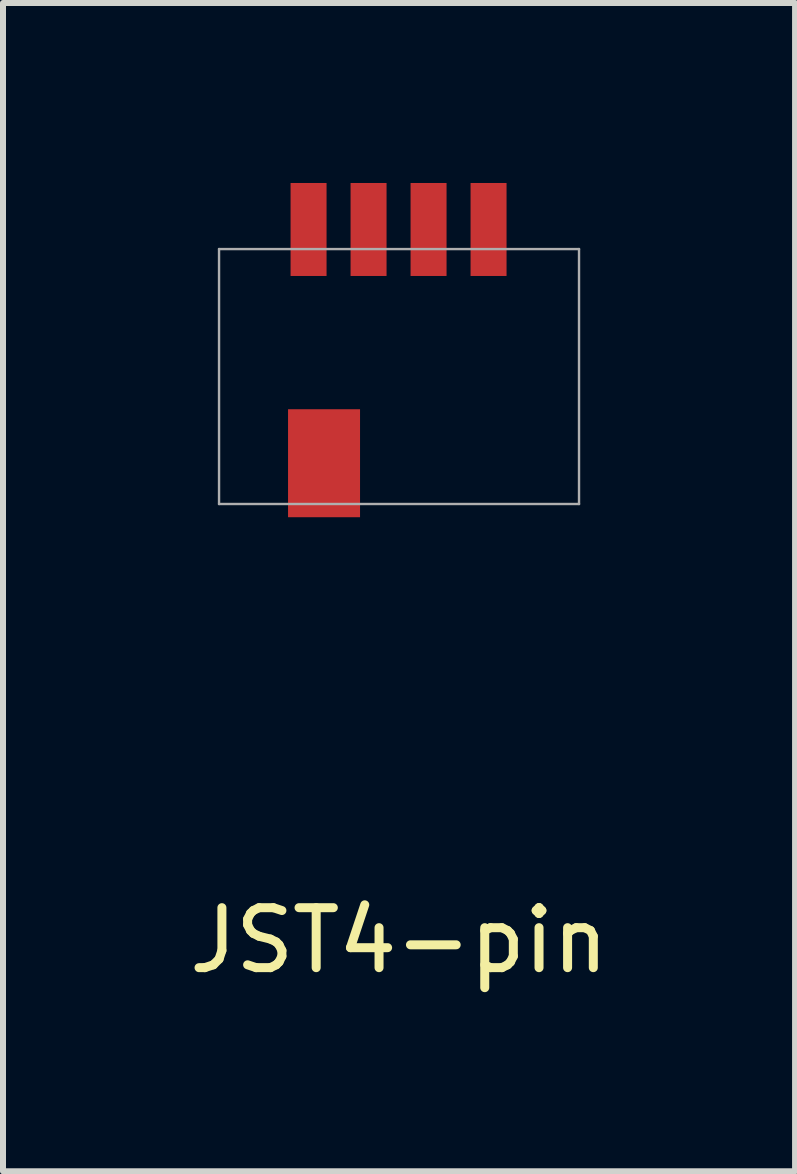
<source format=kicad_pcb>
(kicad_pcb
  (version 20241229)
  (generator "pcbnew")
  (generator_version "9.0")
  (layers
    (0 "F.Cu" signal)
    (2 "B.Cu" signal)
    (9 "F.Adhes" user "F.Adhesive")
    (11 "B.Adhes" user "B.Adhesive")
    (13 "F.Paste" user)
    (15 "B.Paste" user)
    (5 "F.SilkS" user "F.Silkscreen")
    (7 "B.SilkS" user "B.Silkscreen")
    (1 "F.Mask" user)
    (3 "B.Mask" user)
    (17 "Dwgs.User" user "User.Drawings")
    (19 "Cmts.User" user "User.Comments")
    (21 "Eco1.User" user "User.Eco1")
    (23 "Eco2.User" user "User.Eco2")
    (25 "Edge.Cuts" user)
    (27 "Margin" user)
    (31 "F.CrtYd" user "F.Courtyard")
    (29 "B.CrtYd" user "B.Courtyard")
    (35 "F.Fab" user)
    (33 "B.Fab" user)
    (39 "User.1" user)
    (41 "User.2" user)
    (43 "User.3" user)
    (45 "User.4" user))
  (footprint "JST4-pin"
    (layer "F.Cu")
    (at 3.601 3.226)
    (property "Reference" "JST4-pin" (at 0 9.398 0) (layer "F.SilkS") (effects (font (size 1 1) (thickness 0.15))))
    (attr through_hole)
    (fp_line (start -3 -2.125) (end -3 2.125) (stroke (width 0.04) (type solid)) (layer "F.Fab"))
    (fp_line (start -3 -2.125) (end 3 -2.125) (stroke (width 0.04) (type solid)) (layer "F.Fab"))
    (fp_line (start -3 2.125) (end 3 2.125) (stroke (width 0.04) (type solid)) (layer "F.Fab"))
    (fp_line (start 3 2.125) (end 3 -2.125) (stroke (width 0.04) (type solid)) (layer "F.Fab"))
    (pad "4" smd rect (at -1.508 -2.451) (size 0.6 1.55) (layers "F.Cu" "F.Mask" "F.Paste"))
    (pad "4" smd rect (at -0.508 -2.451) (size 0.6 1.55) (layers "F.Cu" "F.Mask" "F.Paste"))
    (pad "4" smd rect (at 0.492 -2.451) (size 0.6 1.55) (layers "F.Cu" "F.Mask" "F.Paste"))
    (pad "4" smd rect (at 1.492 -2.451) (size 0.6 1.55) (layers "F.Cu" "F.Mask" "F.Paste"))
    (pad "5" smd rect (at -1.25 1.445) (size 1.2 1.8) (layers "F.Cu" "F.Mask" "F.Paste")))
  (gr_rect
    (start -3 -3)
    (end 10.202 16.472)
    (stroke (width 0.1) (type default))
    (fill no)
    (layer "Edge.Cuts")))
</source>
